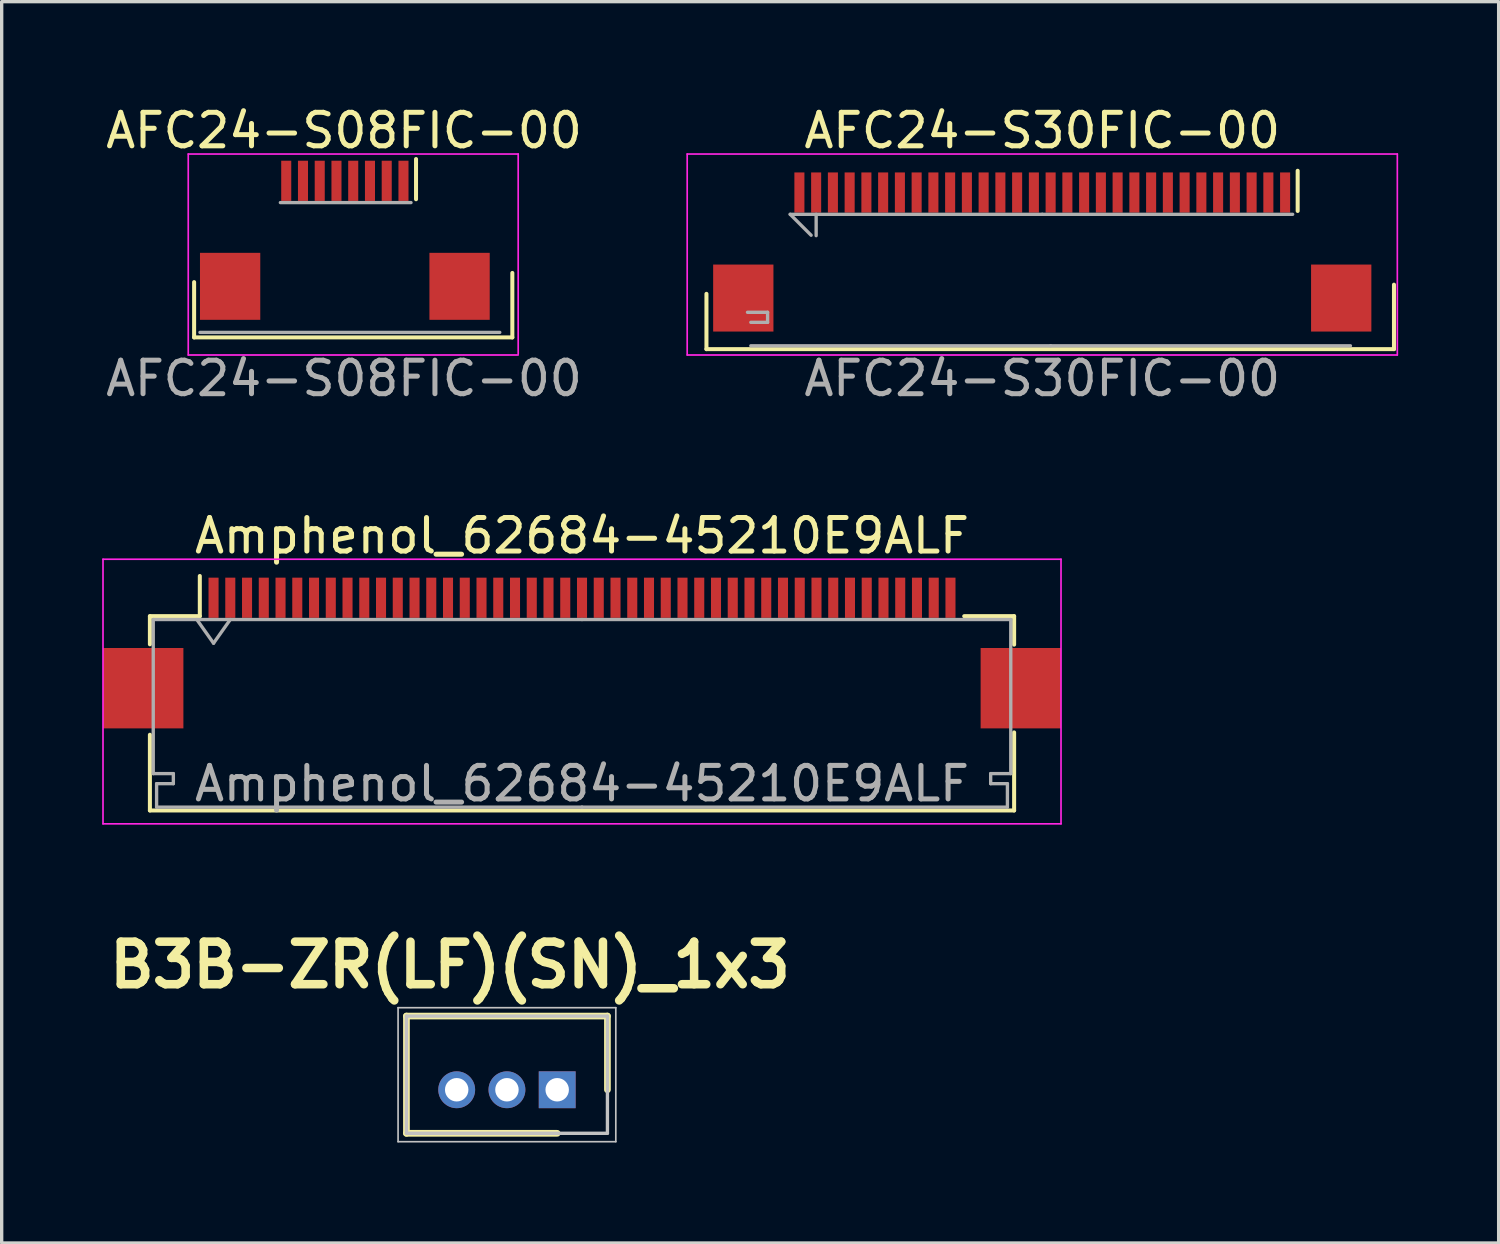
<source format=kicad_pcb>
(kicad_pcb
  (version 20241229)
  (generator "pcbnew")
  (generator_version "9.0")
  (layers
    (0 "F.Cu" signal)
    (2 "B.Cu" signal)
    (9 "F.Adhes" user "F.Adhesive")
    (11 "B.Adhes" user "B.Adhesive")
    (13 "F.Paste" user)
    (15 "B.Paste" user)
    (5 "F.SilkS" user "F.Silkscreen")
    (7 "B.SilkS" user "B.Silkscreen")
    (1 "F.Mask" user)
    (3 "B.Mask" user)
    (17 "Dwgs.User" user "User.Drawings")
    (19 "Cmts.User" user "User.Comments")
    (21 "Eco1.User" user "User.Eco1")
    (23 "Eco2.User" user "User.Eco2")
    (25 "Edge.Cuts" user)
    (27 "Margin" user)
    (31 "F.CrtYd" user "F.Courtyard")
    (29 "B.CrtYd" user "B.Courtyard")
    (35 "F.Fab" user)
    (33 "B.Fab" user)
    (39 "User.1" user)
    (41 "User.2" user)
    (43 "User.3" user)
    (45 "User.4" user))
  (footprint "B3B-ZR(LF)(SN)_1x3"
    (layer "F.Cu")
    (at 13.584 29.483)
    (property "Reference" "B3B-ZR(LF)(SN)_1x3" (at -3.2 -3.725 0) (layer "F.SilkS") (effects (font (size 1.27 1.27) (thickness 0.254))))
    (attr through_hole)
    (fp_line (start -4.5 -2.2) (end 1.5 -2.2) (stroke (width 0.2) (type solid)) (layer "F.SilkS"))
    (fp_line (start -4.5 1.3) (end -4.5 -2.2) (stroke (width 0.2) (type solid)) (layer "F.SilkS"))
    (fp_line (start 0 1.3) (end -4.5 1.3) (stroke (width 0.2) (type solid)) (layer "F.SilkS"))
    (fp_line (start 1.5 -2.2) (end 1.5 0) (stroke (width 0.2) (type solid)) (layer "F.SilkS"))
    (fp_line (start -4.75 -2.45) (end 1.75 -2.45) (stroke (width 0.05) (type solid)) (layer "Dwgs.User"))
    (fp_line (start -4.75 1.55) (end -4.75 -2.45) (stroke (width 0.05) (type solid)) (layer "Dwgs.User"))
    (fp_line (start -4.5 -2.2) (end 1.5 -2.2) (stroke (width 0.1) (type solid)) (layer "Dwgs.User"))
    (fp_line (start -4.5 1.3) (end -4.5 -2.2) (stroke (width 0.1) (type solid)) (layer "Dwgs.User"))
    (fp_line (start 1.5 -2.2) (end 1.5 1.3) (stroke (width 0.1) (type solid)) (layer "Dwgs.User"))
    (fp_line (start 1.5 1.3) (end -4.5 1.3) (stroke (width 0.1) (type solid)) (layer "Dwgs.User"))
    (fp_line (start 1.75 -2.45) (end 1.75 1.55) (stroke (width 0.05) (type solid)) (layer "Dwgs.User"))
    (fp_line (start 1.75 1.55) (end -4.75 1.55) (stroke (width 0.05) (type solid)) (layer "Dwgs.User"))
    (pad "1" thru_hole rect (at 0 0 90) (size 1.1 1.1) (drill 0.7) (layers "*.Cu" "*.Mask"))
    (pad "2" thru_hole circle (at -1.5 0 90) (size 1.1 1.1) (drill 0.7) (layers "*.Cu" "*.Mask"))
    (pad "3" thru_hole circle (at -3 0 90) (size 1.1 1.1) (drill 0.7) (layers "*.Cu" "*.Mask")))
  (footprint "Amphenol_62684-45210E9ALF"
    (layer "F.Cu")
    (at 14.325 16.645)
    (property "Reference" "Amphenol_62684-45210E9ALF" (at 0 -3.7 0) (layer "F.SilkS") (effects (font (size 1 1) (thickness 0.15))))
    (attr smd)
    (fp_line (start -12.9 -1.3) (end -12.9 -0.46) (stroke (width 0.12) (type solid)) (layer "F.SilkS"))
    (fp_line (start -12.9 2.24) (end -12.9 4.5) (stroke (width 0.12) (type solid)) (layer "F.SilkS"))
    (fp_line (start -12.9 4.5) (end 12.9 4.5) (stroke (width 0.12) (type solid)) (layer "F.SilkS"))
    (fp_line (start -11.41 -1.3) (end -12.9 -1.3) (stroke (width 0.12) (type solid)) (layer "F.SilkS"))
    (fp_line (start -11.41 -1.3) (end -11.41 -2.5) (stroke (width 0.12) (type solid)) (layer "F.SilkS"))
    (fp_line (start 11.41 -1.3) (end 12.9 -1.3) (stroke (width 0.12) (type solid)) (layer "F.SilkS"))
    (fp_line (start 12.9 -1.3) (end 12.9 -0.45) (stroke (width 0.12) (type solid)) (layer "F.SilkS"))
    (fp_line (start 12.9 4.5) (end 12.9 2.17) (stroke (width 0.12) (type solid)) (layer "F.SilkS"))
    (fp_line (start -14.3 -3) (end -14.3 4.9) (stroke (width 0.05) (type solid)) (layer "F.CrtYd"))
    (fp_line (start -14.3 4.9) (end 14.3 4.9) (stroke (width 0.05) (type solid)) (layer "F.CrtYd"))
    (fp_line (start 14.3 -3) (end -14.3 -3) (stroke (width 0.05) (type solid)) (layer "F.CrtYd"))
    (fp_line (start 14.3 4.9) (end 14.3 -3) (stroke (width 0.05) (type solid)) (layer "F.CrtYd"))
    (fp_line (start -12.8 -1.2) (end -12.8 3.4) (stroke (width 0.1) (type solid)) (layer "F.Fab"))
    (fp_line (start -12.8 3.4) (end -12.2 3.4) (stroke (width 0.1) (type solid)) (layer "F.Fab"))
    (fp_line (start -12.7 3.7) (end -12.7 4.4) (stroke (width 0.1) (type solid)) (layer "F.Fab"))
    (fp_line (start -12.7 4.4) (end 0 4.4) (stroke (width 0.1) (type solid)) (layer "F.Fab"))
    (fp_line (start -12.2 3.4) (end -12.2 3.7) (stroke (width 0.1) (type solid)) (layer "F.Fab"))
    (fp_line (start -12.2 3.7) (end -12.7 3.7) (stroke (width 0.1) (type solid)) (layer "F.Fab"))
    (fp_line (start -11.5 -1.2) (end -11 -0.493) (stroke (width 0.1) (type solid)) (layer "F.Fab"))
    (fp_line (start -11 -0.493) (end -10.5 -1.2) (stroke (width 0.1) (type solid)) (layer "F.Fab"))
    (fp_line (start 0 -1.2) (end -12.8 -1.2) (stroke (width 0.1) (type solid)) (layer "F.Fab"))
    (fp_line (start 0 -1.2) (end 12.8 -1.2) (stroke (width 0.1) (type solid)) (layer "F.Fab"))
    (fp_line (start 12.2 3.4) (end 12.2 3.7) (stroke (width 0.1) (type solid)) (layer "F.Fab"))
    (fp_line (start 12.2 3.7) (end 12.7 3.7) (stroke (width 0.1) (type solid)) (layer "F.Fab"))
    (fp_line (start 12.7 3.7) (end 12.7 4.4) (stroke (width 0.1) (type solid)) (layer "F.Fab"))
    (fp_line (start 12.7 4.4) (end 0 4.4) (stroke (width 0.1) (type solid)) (layer "F.Fab"))
    (fp_line (start 12.8 -1.2) (end 12.8 3.4) (stroke (width 0.1) (type solid)) (layer "F.Fab"))
    (fp_line (start 12.8 3.4) (end 12.2 3.4) (stroke (width 0.1) (type solid)) (layer "F.Fab"))
    (fp_text user "${REFERENCE}" (at 0 3.7 0) (layer "F.Fab") (effects (font (size 1 1) (thickness 0.15))))
    (pad "1" smd rect (at -11 -1.85) (size 0.3 1.2) (layers "F.Cu" "F.Mask" "F.Paste"))
    (pad "2" smd rect (at -10.5 -1.85) (size 0.3 1.2) (layers "F.Cu" "F.Mask" "F.Paste"))
    (pad "3" smd rect (at -10 -1.85) (size 0.3 1.2) (layers "F.Cu" "F.Mask" "F.Paste"))
    (pad "4" smd rect (at -9.5 -1.85) (size 0.3 1.2) (layers "F.Cu" "F.Mask" "F.Paste"))
    (pad "5" smd rect (at -9 -1.85) (size 0.3 1.2) (layers "F.Cu" "F.Mask" "F.Paste"))
    (pad "6" smd rect (at -8.5 -1.85) (size 0.3 1.2) (layers "F.Cu" "F.Mask" "F.Paste"))
    (pad "7" smd rect (at -8 -1.85) (size 0.3 1.2) (layers "F.Cu" "F.Mask" "F.Paste"))
    (pad "8" smd rect (at -7.5 -1.85) (size 0.3 1.2) (layers "F.Cu" "F.Mask" "F.Paste"))
    (pad "9" smd rect (at -7 -1.85) (size 0.3 1.2) (layers "F.Cu" "F.Mask" "F.Paste"))
    (pad "10" smd rect (at -6.5 -1.85) (size 0.3 1.2) (layers "F.Cu" "F.Mask" "F.Paste"))
    (pad "11" smd rect (at -6 -1.85) (size 0.3 1.2) (layers "F.Cu" "F.Mask" "F.Paste"))
    (pad "12" smd rect (at -5.5 -1.85) (size 0.3 1.2) (layers "F.Cu" "F.Mask" "F.Paste"))
    (pad "13" smd rect (at -5 -1.85) (size 0.3 1.2) (layers "F.Cu" "F.Mask" "F.Paste"))
    (pad "14" smd rect (at -4.5 -1.85) (size 0.3 1.2) (layers "F.Cu" "F.Mask" "F.Paste"))
    (pad "15" smd rect (at -4 -1.85) (size 0.3 1.2) (layers "F.Cu" "F.Mask" "F.Paste"))
    (pad "16" smd rect (at -3.5 -1.85) (size 0.3 1.2) (layers "F.Cu" "F.Mask" "F.Paste"))
    (pad "17" smd rect (at -3 -1.85) (size 0.3 1.2) (layers "F.Cu" "F.Mask" "F.Paste"))
    (pad "18" smd rect (at -2.5 -1.85) (size 0.3 1.2) (layers "F.Cu" "F.Mask" "F.Paste"))
    (pad "19" smd rect (at -2 -1.85) (size 0.3 1.2) (layers "F.Cu" "F.Mask" "F.Paste"))
    (pad "20" smd rect (at -1.5 -1.85) (size 0.3 1.2) (layers "F.Cu" "F.Mask" "F.Paste"))
    (pad "21" smd rect (at -1 -1.85) (size 0.3 1.2) (layers "F.Cu" "F.Mask" "F.Paste"))
    (pad "22" smd rect (at -0.5 -1.85) (size 0.3 1.2) (layers "F.Cu" "F.Mask" "F.Paste"))
    (pad "23" smd rect (at 0 -1.85) (size 0.3 1.2) (layers "F.Cu" "F.Mask" "F.Paste"))
    (pad "24" smd rect (at 0.5 -1.85) (size 0.3 1.2) (layers "F.Cu" "F.Mask" "F.Paste"))
    (pad "25" smd rect (at 1 -1.85) (size 0.3 1.2) (layers "F.Cu" "F.Mask" "F.Paste"))
    (pad "26" smd rect (at 1.5 -1.85) (size 0.3 1.2) (layers "F.Cu" "F.Mask" "F.Paste"))
    (pad "27" smd rect (at 2 -1.85) (size 0.3 1.2) (layers "F.Cu" "F.Mask" "F.Paste"))
    (pad "28" smd rect (at 2.5 -1.85) (size 0.3 1.2) (layers "F.Cu" "F.Mask" "F.Paste"))
    (pad "29" smd rect (at 3 -1.85) (size 0.3 1.2) (layers "F.Cu" "F.Mask" "F.Paste"))
    (pad "30" smd rect (at 3.5 -1.85) (size 0.3 1.2) (layers "F.Cu" "F.Mask" "F.Paste"))
    (pad "31" smd rect (at 4 -1.85) (size 0.3 1.2) (layers "F.Cu" "F.Mask" "F.Paste"))
    (pad "32" smd rect (at 4.5 -1.85) (size 0.3 1.2) (layers "F.Cu" "F.Mask" "F.Paste"))
    (pad "33" smd rect (at 5 -1.85) (size 0.3 1.2) (layers "F.Cu" "F.Mask" "F.Paste"))
    (pad "34" smd rect (at 5.5 -1.85) (size 0.3 1.2) (layers "F.Cu" "F.Mask" "F.Paste"))
    (pad "35" smd rect (at 6 -1.85) (size 0.3 1.2) (layers "F.Cu" "F.Mask" "F.Paste"))
    (pad "36" smd rect (at 6.5 -1.85) (size 0.3 1.2) (layers "F.Cu" "F.Mask" "F.Paste"))
    (pad "37" smd rect (at 7 -1.85) (size 0.3 1.2) (layers "F.Cu" "F.Mask" "F.Paste"))
    (pad "38" smd rect (at 7.5 -1.85) (size 0.3 1.2) (layers "F.Cu" "F.Mask" "F.Paste"))
    (pad "39" smd rect (at 8 -1.85) (size 0.3 1.2) (layers "F.Cu" "F.Mask" "F.Paste"))
    (pad "40" smd rect (at 8.5 -1.85) (size 0.3 1.2) (layers "F.Cu" "F.Mask" "F.Paste"))
    (pad "41" smd rect (at 9 -1.85) (size 0.3 1.2) (layers "F.Cu" "F.Mask" "F.Paste"))
    (pad "42" smd rect (at 9.5 -1.85) (size 0.3 1.2) (layers "F.Cu" "F.Mask" "F.Paste"))
    (pad "43" smd rect (at 10 -1.85) (size 0.3 1.2) (layers "F.Cu" "F.Mask" "F.Paste"))
    (pad "44" smd rect (at 10.5 -1.85) (size 0.3 1.2) (layers "F.Cu" "F.Mask" "F.Paste"))
    (pad "45" smd rect (at 11 -1.85) (size 0.3 1.2) (layers "F.Cu" "F.Mask" "F.Paste"))
    (pad "MP" smd rect (at -11.9 -0.35) (size 2.4 2.4) (drill (offset -1.2 1.2)) (layers "F.Cu" "F.Mask" "F.Paste"))
    (pad "MP" smd rect (at 11.9 -0.35) (size 2.4 2.4) (drill (offset 1.2 1.2)) (layers "F.Cu" "F.Mask" "F.Paste")))
  (footprint "AFC24-S30FIC-00"
    (layer "F.Cu")
    (at 28.065 4.548)
    (property "Reference" "AFC24-S30FIC-00" (at 0 -3.7 0) (layer "F.SilkS") (effects (font (size 1 1) (thickness 0.15))))
    (attr smd)
    (fp_line (start -10.025 1.174) (end -10.025 2.825) (stroke (width 0.12) (type solid)) (layer "F.SilkS"))
    (fp_line (start -10.025 2.825) (end 10.5 2.825) (stroke (width 0.12) (type solid)) (layer "F.SilkS"))
    (fp_line (start 7.625 -1.3) (end 7.625 -2.5) (stroke (width 0.12) (type solid)) (layer "F.SilkS"))
    (fp_line (start 10.5 2.825) (end 10.5 0.9) (stroke (width 0.12) (type solid)) (layer "F.SilkS"))
    (fp_line (start -10.6 -3) (end -10.6 3) (stroke (width 0.05) (type solid)) (layer "F.CrtYd"))
    (fp_line (start -10.6 3) (end 10.6 3) (stroke (width 0.05) (type solid)) (layer "F.CrtYd"))
    (fp_line (start 10.6 -3) (end -10.6 -3) (stroke (width 0.05) (type solid)) (layer "F.CrtYd"))
    (fp_line (start 10.6 3) (end 10.6 -3) (stroke (width 0.05) (type solid)) (layer "F.CrtYd"))
    (fp_line (start -8.8 1.725) (end -8.2 1.725) (stroke (width 0.1) (type solid)) (layer "F.Fab"))
    (fp_line (start -8.7 2.725) (end 0.25 2.725) (stroke (width 0.1) (type solid)) (layer "F.Fab"))
    (fp_line (start -8.2 1.725) (end -8.2 2.025) (stroke (width 0.1) (type solid)) (layer "F.Fab"))
    (fp_line (start -8.2 2.025) (end -8.7 2.025) (stroke (width 0.1) (type solid)) (layer "F.Fab"))
    (fp_line (start -7.525 -1.2) (end -6.9 -0.575) (stroke (width 0.1) (type solid)) (layer "F.Fab"))
    (fp_line (start -6.75 -0.563) (end -6.75 -1.2) (stroke (width 0.1) (type solid)) (layer "F.Fab"))
    (fp_line (start 0 -1.2) (end -7.525 -1.2) (stroke (width 0.1) (type solid)) (layer "F.Fab"))
    (fp_line (start 0 -1.2) (end 7.475 -1.2) (stroke (width 0.1) (type solid)) (layer "F.Fab"))
    (fp_line (start 9.2 2.725) (end 0.25 2.725) (stroke (width 0.1) (type solid)) (layer "F.Fab"))
    (fp_text user "${REFERENCE}" (at 0 3.7 0) (layer "F.Fab") (effects (font (size 1 1) (thickness 0.15))))
    (pad "1" smd rect (at 7.25 -1.85) (size 0.3 1.2) (layers "F.Cu" "F.Mask" "F.Paste"))
    (pad "2" smd rect (at 6.75 -1.85) (size 0.3 1.2) (layers "F.Cu" "F.Mask" "F.Paste"))
    (pad "3" smd rect (at 6.25 -1.85) (size 0.3 1.2) (layers "F.Cu" "F.Mask" "F.Paste"))
    (pad "4" smd rect (at 5.75 -1.85) (size 0.3 1.2) (layers "F.Cu" "F.Mask" "F.Paste"))
    (pad "5" smd rect (at 5.25 -1.85) (size 0.3 1.2) (layers "F.Cu" "F.Mask" "F.Paste"))
    (pad "6" smd rect (at 4.75 -1.85) (size 0.3 1.2) (layers "F.Cu" "F.Mask" "F.Paste"))
    (pad "7" smd rect (at 4.25 -1.85) (size 0.3 1.2) (layers "F.Cu" "F.Mask" "F.Paste"))
    (pad "8" smd rect (at 3.75 -1.85) (size 0.3 1.2) (layers "F.Cu" "F.Mask" "F.Paste"))
    (pad "9" smd rect (at 3.25 -1.85) (size 0.3 1.2) (layers "F.Cu" "F.Mask" "F.Paste"))
    (pad "10" smd rect (at 2.75 -1.85) (size 0.3 1.2) (layers "F.Cu" "F.Mask" "F.Paste"))
    (pad "11" smd rect (at 2.25 -1.85) (size 0.3 1.2) (layers "F.Cu" "F.Mask" "F.Paste"))
    (pad "12" smd rect (at 1.75 -1.85) (size 0.3 1.2) (layers "F.Cu" "F.Mask" "F.Paste"))
    (pad "13" smd rect (at 1.25 -1.85) (size 0.3 1.2) (layers "F.Cu" "F.Mask" "F.Paste"))
    (pad "14" smd rect (at 0.75 -1.85) (size 0.3 1.2) (layers "F.Cu" "F.Mask" "F.Paste"))
    (pad "15" smd rect (at 0.25 -1.85) (size 0.3 1.2) (layers "F.Cu" "F.Mask" "F.Paste"))
    (pad "16" smd rect (at -0.25 -1.85) (size 0.3 1.2) (layers "F.Cu" "F.Mask" "F.Paste"))
    (pad "17" smd rect (at -0.75 -1.85) (size 0.3 1.2) (layers "F.Cu" "F.Mask" "F.Paste"))
    (pad "18" smd rect (at -1.25 -1.85) (size 0.3 1.2) (layers "F.Cu" "F.Mask" "F.Paste"))
    (pad "19" smd rect (at -1.75 -1.85) (size 0.3 1.2) (layers "F.Cu" "F.Mask" "F.Paste"))
    (pad "20" smd rect (at -2.25 -1.85) (size 0.3 1.2) (layers "F.Cu" "F.Mask" "F.Paste"))
    (pad "21" smd rect (at -2.75 -1.85) (size 0.3 1.2) (layers "F.Cu" "F.Mask" "F.Paste"))
    (pad "22" smd rect (at -3.25 -1.85) (size 0.3 1.2) (layers "F.Cu" "F.Mask" "F.Paste"))
    (pad "23" smd rect (at -3.75 -1.85) (size 0.3 1.2) (layers "F.Cu" "F.Mask" "F.Paste"))
    (pad "24" smd rect (at -4.25 -1.85) (size 0.3 1.2) (layers "F.Cu" "F.Mask" "F.Paste"))
    (pad "25" smd rect (at -4.75 -1.85) (size 0.3 1.2) (layers "F.Cu" "F.Mask" "F.Paste"))
    (pad "26" smd rect (at -5.25 -1.85) (size 0.3 1.2) (layers "F.Cu" "F.Mask" "F.Paste"))
    (pad "27" smd rect (at -5.75 -1.85) (size 0.3 1.2) (layers "F.Cu" "F.Mask" "F.Paste"))
    (pad "28" smd rect (at -6.25 -1.85) (size 0.3 1.2) (layers "F.Cu" "F.Mask" "F.Paste"))
    (pad "29" smd rect (at -6.75 -1.85) (size 0.3 1.2) (layers "F.Cu" "F.Mask" "F.Paste"))
    (pad "30" smd rect (at -7.25 -1.85) (size 0.3 1.2) (layers "F.Cu" "F.Mask" "F.Paste"))
    (pad "MP" smd rect (at -8.925 1.3) (size 1.8 2) (layers "F.Cu" "F.Mask" "F.Paste"))
    (pad "MP" smd rect (at 8.925 1.3) (size 1.8 2) (layers "F.Cu" "F.Mask" "F.Paste")))
  (footprint "AFC24-S08FIC-00"
    (layer "F.Cu")
    (at 7.22 4.548)
    (property "Reference" "AFC24-S08FIC-00" (at 0 -3.7 0) (layer "F.SilkS") (effects (font (size 1 1) (thickness 0.15))))
    (attr smd)
    (fp_line (start -4.475 0.824) (end -4.475 2.475) (stroke (width 0.12) (type solid)) (layer "F.SilkS"))
    (fp_line (start -4.475 2.475) (end 5.025 2.475) (stroke (width 0.12) (type solid)) (layer "F.SilkS"))
    (fp_line (start 2.15 -1.65) (end 2.15 -2.85) (stroke (width 0.12) (type solid)) (layer "F.SilkS"))
    (fp_line (start 5.025 2.475) (end 5.025 0.55) (stroke (width 0.12) (type solid)) (layer "F.SilkS"))
    (fp_line (start -4.65 -3) (end -4.65 3) (stroke (width 0.05) (type solid)) (layer "F.CrtYd"))
    (fp_line (start -4.65 3) (end 5.2 3) (stroke (width 0.05) (type solid)) (layer "F.CrtYd"))
    (fp_line (start 5.2 -3) (end -4.65 -3) (stroke (width 0.05) (type solid)) (layer "F.CrtYd"))
    (fp_line (start 5.2 2.975) (end 5.2 -3) (stroke (width 0.05) (type solid)) (layer "F.CrtYd"))
    (fp_line (start -1.9 -1.55) (end 2 -1.55) (stroke (width 0.1) (type solid)) (layer "F.Fab"))
    (fp_line (start 4.65 2.325) (end -4.3 2.325) (stroke (width 0.1) (type solid)) (layer "F.Fab"))
    (fp_text user "${REFERENCE}" (at 0 3.7 0) (layer "F.Fab") (effects (font (size 1 1) (thickness 0.15))))
    (pad "1" smd rect (at 1.775 -2.2) (size 0.3 1.2) (layers "F.Cu" "F.Mask" "F.Paste"))
    (pad "2" smd rect (at 1.275 -2.2) (size 0.3 1.2) (layers "F.Cu" "F.Mask" "F.Paste"))
    (pad "3" smd rect (at 0.775 -2.2) (size 0.3 1.2) (layers "F.Cu" "F.Mask" "F.Paste"))
    (pad "4" smd rect (at 0.275 -2.2) (size 0.3 1.2) (layers "F.Cu" "F.Mask" "F.Paste"))
    (pad "5" smd rect (at -0.225 -2.2) (size 0.3 1.2) (layers "F.Cu" "F.Mask" "F.Paste"))
    (pad "6" smd rect (at -0.725 -2.2) (size 0.3 1.2) (layers "F.Cu" "F.Mask" "F.Paste"))
    (pad "7" smd rect (at -1.225 -2.2) (size 0.3 1.2) (layers "F.Cu" "F.Mask" "F.Paste"))
    (pad "8" smd rect (at -1.725 -2.2) (size 0.3 1.2) (layers "F.Cu" "F.Mask" "F.Paste"))
    (pad "MP" smd rect (at -3.4 0.95) (size 1.8 2) (layers "F.Cu" "F.Mask" "F.Paste"))
    (pad "MP" smd rect (at 3.45 0.95) (size 1.8 2) (layers "F.Cu" "F.Mask" "F.Paste")))
  (gr_rect
    (start -3 -3)
    (end 41.69 34.058)
    (stroke (width 0.1) (type default))
    (fill no)
    (layer "Edge.Cuts")))
</source>
